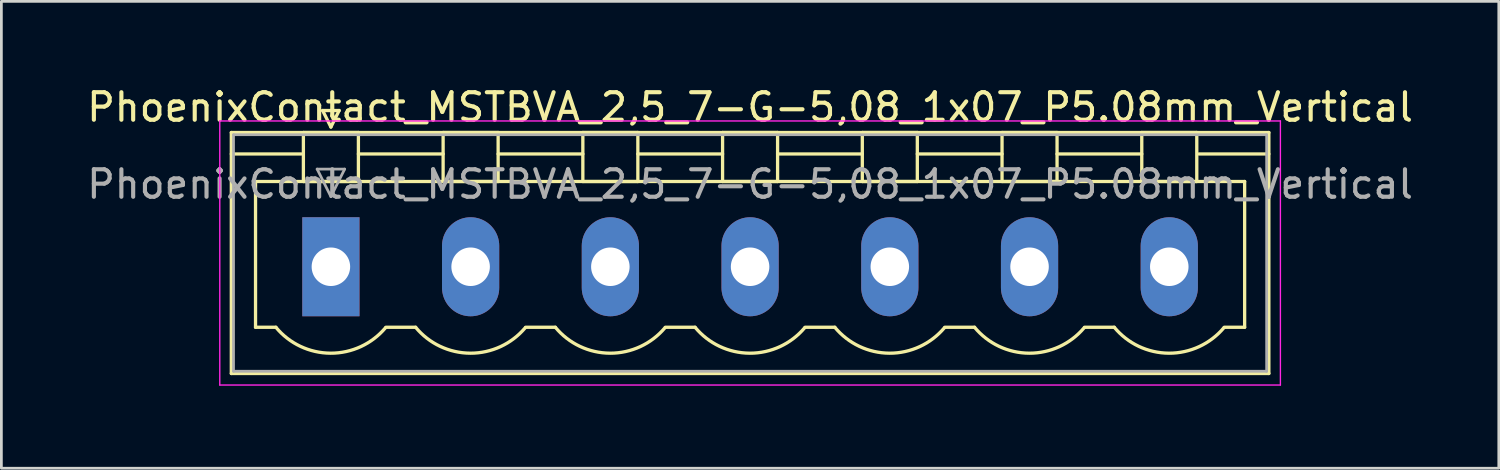
<source format=kicad_pcb>
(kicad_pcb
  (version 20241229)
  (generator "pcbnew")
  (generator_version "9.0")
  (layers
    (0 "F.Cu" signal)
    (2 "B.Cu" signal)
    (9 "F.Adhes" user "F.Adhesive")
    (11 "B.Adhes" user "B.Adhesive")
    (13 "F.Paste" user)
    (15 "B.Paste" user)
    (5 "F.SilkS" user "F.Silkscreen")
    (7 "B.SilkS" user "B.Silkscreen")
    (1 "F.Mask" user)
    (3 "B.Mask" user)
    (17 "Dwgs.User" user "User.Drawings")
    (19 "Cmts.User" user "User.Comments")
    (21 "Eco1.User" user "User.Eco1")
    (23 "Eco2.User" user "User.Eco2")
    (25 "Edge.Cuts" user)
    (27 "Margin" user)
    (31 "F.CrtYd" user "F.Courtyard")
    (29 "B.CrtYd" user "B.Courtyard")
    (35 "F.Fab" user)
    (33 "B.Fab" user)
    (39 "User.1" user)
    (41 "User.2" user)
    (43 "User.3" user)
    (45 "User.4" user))
  (footprint "PhoenixContact_MSTBVA_2,5_7-G-5,08_1x07_P5.08mm_Vertical"
    (layer "F.Cu")
    (at 8.98 6.648)
    (property "Reference" "PhoenixContact_MSTBVA_2,5_7-G-5,08_1x07_P5.08mm_Vertical" (at 15.24 -5.8 0) (layer "F.SilkS") (effects (font (size 1 1) (thickness 0.15))))
    (attr through_hole)
    (fp_line (start -3.62 -4.88) (end -3.62 3.88) (stroke (width 0.12) (type solid)) (layer "F.SilkS"))
    (fp_line (start -3.62 -4.1) (end -1.08 -4.1) (stroke (width 0.12) (type solid)) (layer "F.SilkS"))
    (fp_line (start -3.62 3.88) (end 34.1 3.88) (stroke (width 0.12) (type solid)) (layer "F.SilkS"))
    (fp_line (start -2.74 -3.1) (end 33.22 -3.1) (stroke (width 0.12) (type solid)) (layer "F.SilkS"))
    (fp_line (start -2.74 2.2) (end -2.74 -3.1) (stroke (width 0.12) (type solid)) (layer "F.SilkS"))
    (fp_line (start -2 2.2) (end -2.74 2.2) (stroke (width 0.12) (type solid)) (layer "F.SilkS"))
    (fp_line (start -1 -4.88) (end 1 -4.88) (stroke (width 0.12) (type solid)) (layer "F.SilkS"))
    (fp_line (start -1 -3.1) (end -1 -4.88) (stroke (width 0.12) (type solid)) (layer "F.SilkS"))
    (fp_line (start -0.3 -5.68) (end 0.3 -5.68) (stroke (width 0.12) (type solid)) (layer "F.SilkS"))
    (fp_line (start 0 -5.08) (end -0.3 -5.68) (stroke (width 0.12) (type solid)) (layer "F.SilkS"))
    (fp_line (start 0.3 -5.68) (end 0 -5.08) (stroke (width 0.12) (type solid)) (layer "F.SilkS"))
    (fp_line (start 1 -4.88) (end 1 -3.1) (stroke (width 0.12) (type solid)) (layer "F.SilkS"))
    (fp_line (start 1 -4.1) (end 4.08 -4.1) (stroke (width 0.12) (type solid)) (layer "F.SilkS"))
    (fp_line (start 1 -3.1) (end -1 -3.1) (stroke (width 0.12) (type solid)) (layer "F.SilkS"))
    (fp_line (start 2 2.2) (end 3.08 2.2) (stroke (width 0.12) (type solid)) (layer "F.SilkS"))
    (fp_line (start 4.08 -4.88) (end 6.08 -4.88) (stroke (width 0.12) (type solid)) (layer "F.SilkS"))
    (fp_line (start 4.08 -3.1) (end 4.08 -4.88) (stroke (width 0.12) (type solid)) (layer "F.SilkS"))
    (fp_line (start 6.08 -4.88) (end 6.08 -3.1) (stroke (width 0.12) (type solid)) (layer "F.SilkS"))
    (fp_line (start 6.08 -4.1) (end 9.16 -4.1) (stroke (width 0.12) (type solid)) (layer "F.SilkS"))
    (fp_line (start 6.08 -3.1) (end 4.08 -3.1) (stroke (width 0.12) (type solid)) (layer "F.SilkS"))
    (fp_line (start 7.08 2.2) (end 8.16 2.2) (stroke (width 0.12) (type solid)) (layer "F.SilkS"))
    (fp_line (start 9.16 -4.88) (end 11.16 -4.88) (stroke (width 0.12) (type solid)) (layer "F.SilkS"))
    (fp_line (start 9.16 -3.1) (end 9.16 -4.88) (stroke (width 0.12) (type solid)) (layer "F.SilkS"))
    (fp_line (start 11.16 -4.88) (end 11.16 -3.1) (stroke (width 0.12) (type solid)) (layer "F.SilkS"))
    (fp_line (start 11.16 -4.1) (end 14.24 -4.1) (stroke (width 0.12) (type solid)) (layer "F.SilkS"))
    (fp_line (start 11.16 -3.1) (end 9.16 -3.1) (stroke (width 0.12) (type solid)) (layer "F.SilkS"))
    (fp_line (start 12.16 2.2) (end 13.24 2.2) (stroke (width 0.12) (type solid)) (layer "F.SilkS"))
    (fp_line (start 14.24 -4.88) (end 16.24 -4.88) (stroke (width 0.12) (type solid)) (layer "F.SilkS"))
    (fp_line (start 14.24 -3.1) (end 14.24 -4.88) (stroke (width 0.12) (type solid)) (layer "F.SilkS"))
    (fp_line (start 16.24 -4.88) (end 16.24 -3.1) (stroke (width 0.12) (type solid)) (layer "F.SilkS"))
    (fp_line (start 16.24 -4.1) (end 19.32 -4.1) (stroke (width 0.12) (type solid)) (layer "F.SilkS"))
    (fp_line (start 16.24 -3.1) (end 14.24 -3.1) (stroke (width 0.12) (type solid)) (layer "F.SilkS"))
    (fp_line (start 17.24 2.2) (end 18.32 2.2) (stroke (width 0.12) (type solid)) (layer "F.SilkS"))
    (fp_line (start 19.32 -4.88) (end 21.32 -4.88) (stroke (width 0.12) (type solid)) (layer "F.SilkS"))
    (fp_line (start 19.32 -3.1) (end 19.32 -4.88) (stroke (width 0.12) (type solid)) (layer "F.SilkS"))
    (fp_line (start 21.32 -4.88) (end 21.32 -3.1) (stroke (width 0.12) (type solid)) (layer "F.SilkS"))
    (fp_line (start 21.32 -4.1) (end 24.4 -4.1) (stroke (width 0.12) (type solid)) (layer "F.SilkS"))
    (fp_line (start 21.32 -3.1) (end 19.32 -3.1) (stroke (width 0.12) (type solid)) (layer "F.SilkS"))
    (fp_line (start 22.32 2.2) (end 23.4 2.2) (stroke (width 0.12) (type solid)) (layer "F.SilkS"))
    (fp_line (start 24.4 -4.88) (end 26.4 -4.88) (stroke (width 0.12) (type solid)) (layer "F.SilkS"))
    (fp_line (start 24.4 -3.1) (end 24.4 -4.88) (stroke (width 0.12) (type solid)) (layer "F.SilkS"))
    (fp_line (start 26.4 -4.88) (end 26.4 -3.1) (stroke (width 0.12) (type solid)) (layer "F.SilkS"))
    (fp_line (start 26.4 -4.1) (end 29.48 -4.1) (stroke (width 0.12) (type solid)) (layer "F.SilkS"))
    (fp_line (start 26.4 -3.1) (end 24.4 -3.1) (stroke (width 0.12) (type solid)) (layer "F.SilkS"))
    (fp_line (start 27.4 2.2) (end 28.48 2.2) (stroke (width 0.12) (type solid)) (layer "F.SilkS"))
    (fp_line (start 29.48 -4.88) (end 31.48 -4.88) (stroke (width 0.12) (type solid)) (layer "F.SilkS"))
    (fp_line (start 29.48 -3.1) (end 29.48 -4.88) (stroke (width 0.12) (type solid)) (layer "F.SilkS"))
    (fp_line (start 31.48 -4.88) (end 31.48 -3.1) (stroke (width 0.12) (type solid)) (layer "F.SilkS"))
    (fp_line (start 31.48 -3.1) (end 29.48 -3.1) (stroke (width 0.12) (type solid)) (layer "F.SilkS"))
    (fp_line (start 33.22 -3.1) (end 33.22 2.2) (stroke (width 0.12) (type solid)) (layer "F.SilkS"))
    (fp_line (start 33.22 2.2) (end 32.48 2.2) (stroke (width 0.12) (type solid)) (layer "F.SilkS"))
    (fp_line (start 34.1 -4.88) (end -3.62 -4.88) (stroke (width 0.12) (type solid)) (layer "F.SilkS"))
    (fp_line (start 34.1 -4.1) (end 31.56 -4.1) (stroke (width 0.12) (type solid)) (layer "F.SilkS"))
    (fp_line (start 34.1 3.88) (end 34.1 -4.88) (stroke (width 0.12) (type solid)) (layer "F.SilkS"))
    (fp_arc (start 1.986842 2.215821) (mid -0.010289 3.142758) (end -2 2.2) (stroke (width 0.12) (type solid)) (layer "F.SilkS"))
    (fp_arc (start 7.066842 2.215821) (mid 5.069711 3.142758) (end 3.08 2.2) (stroke (width 0.12) (type solid)) (layer "F.SilkS"))
    (fp_arc (start 12.146842 2.215821) (mid 10.149711 3.142758) (end 8.16 2.2) (stroke (width 0.12) (type solid)) (layer "F.SilkS"))
    (fp_arc (start 17.226842 2.215821) (mid 15.229711 3.142758) (end 13.24 2.2) (stroke (width 0.12) (type solid)) (layer "F.SilkS"))
    (fp_arc (start 22.306842 2.215821) (mid 20.309711 3.142758) (end 18.32 2.2) (stroke (width 0.12) (type solid)) (layer "F.SilkS"))
    (fp_arc (start 27.386842 2.215821) (mid 25.389711 3.142758) (end 23.4 2.2) (stroke (width 0.12) (type solid)) (layer "F.SilkS"))
    (fp_arc (start 32.466842 2.215821) (mid 30.469711 3.142758) (end 28.48 2.2) (stroke (width 0.12) (type solid)) (layer "F.SilkS"))
    (fp_line (start -4.04 -5.3) (end -4.04 4.3) (stroke (width 0.05) (type solid)) (layer "F.CrtYd"))
    (fp_line (start -4.04 4.3) (end 34.52 4.3) (stroke (width 0.05) (type solid)) (layer "F.CrtYd"))
    (fp_line (start 34.52 -5.3) (end -4.04 -5.3) (stroke (width 0.05) (type solid)) (layer "F.CrtYd"))
    (fp_line (start 34.52 4.3) (end 34.52 -5.3) (stroke (width 0.05) (type solid)) (layer "F.CrtYd"))
    (fp_line (start -3.54 -4.8) (end -3.54 3.8) (stroke (width 0.1) (type solid)) (layer "F.Fab"))
    (fp_line (start -3.54 3.8) (end 34.02 3.8) (stroke (width 0.1) (type solid)) (layer "F.Fab"))
    (fp_line (start -0.5 -3.55) (end 0.5 -3.55) (stroke (width 0.1) (type solid)) (layer "F.Fab"))
    (fp_line (start 0 -2.55) (end -0.5 -3.55) (stroke (width 0.1) (type solid)) (layer "F.Fab"))
    (fp_line (start 0.5 -3.55) (end 0 -2.55) (stroke (width 0.1) (type solid)) (layer "F.Fab"))
    (fp_line (start 34.02 -4.8) (end -3.54 -4.8) (stroke (width 0.1) (type solid)) (layer "F.Fab"))
    (fp_line (start 34.02 3.8) (end 34.02 -4.8) (stroke (width 0.1) (type solid)) (layer "F.Fab"))
    (fp_text user "${REFERENCE}" (at 15.24 -3 0) (layer "F.Fab") (effects (font (size 1 1) (thickness 0.15))))
    (pad "1" thru_hole rect (at 0 0) (size 2.08 3.6) (drill 1.4) (layers "*.Cu" "*.Mask"))
    (pad "2" thru_hole oval (at 5.08 0) (size 2.08 3.6) (drill 1.4) (layers "*.Cu" "*.Mask"))
    (pad "3" thru_hole oval (at 10.16 0) (size 2.08 3.6) (drill 1.4) (layers "*.Cu" "*.Mask"))
    (pad "4" thru_hole oval (at 15.24 0) (size 2.08 3.6) (drill 1.4) (layers "*.Cu" "*.Mask"))
    (pad "5" thru_hole oval (at 20.32 0) (size 2.08 3.6) (drill 1.4) (layers "*.Cu" "*.Mask"))
    (pad "6" thru_hole oval (at 25.4 0) (size 2.08 3.6) (drill 1.4) (layers "*.Cu" "*.Mask"))
    (pad "7" thru_hole oval (at 30.48 0) (size 2.08 3.6) (drill 1.4) (layers "*.Cu" "*.Mask")))
  (gr_rect
    (start -3 -3)
    (end 51.44 13.973)
    (stroke (width 0.1) (type default))
    (fill no)
    (layer "Edge.Cuts")))
</source>
